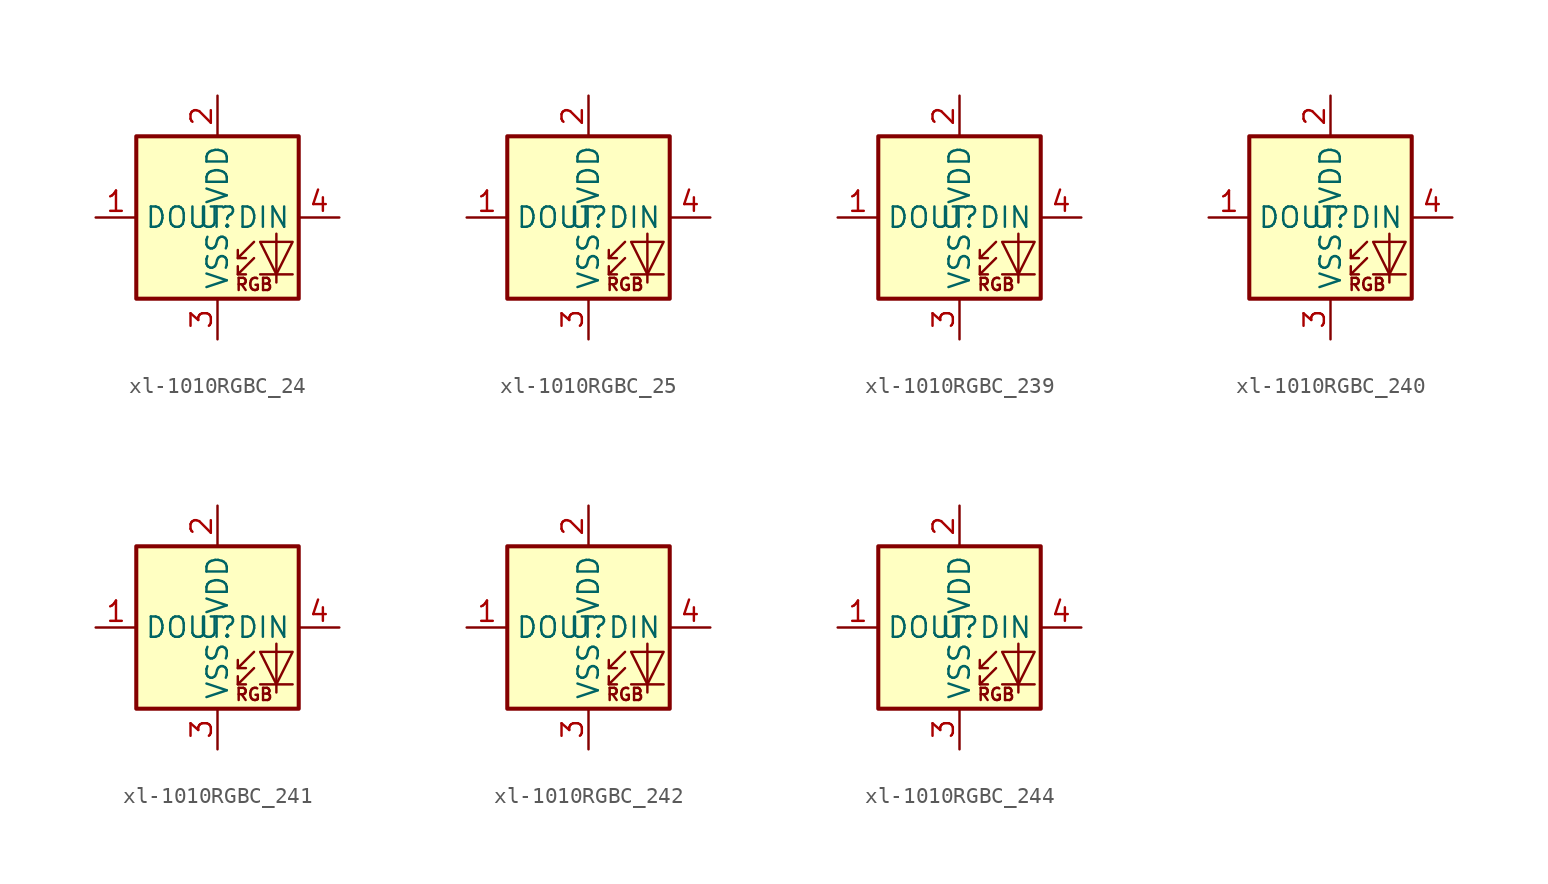
<source format=kicad_sym>
(kicad_symbol_lib
  (version 20231120)
  (generator "kicad_symbol_editor")
  (generator_version "8.0")
  (symbol "xl-1010RGBC_24"
    (property "Reference" "U"
      (at 0 0 0)
      (effects (font (size 1.27 1.27))))
    (property "Value" ""
      (at 0 0 0)
      (effects (font (size 1.27 1.27))))
    (symbol "xl-1010RGBC_24_0_0"
      (text "RGB" (at 2.286 -4.191 0) (effects (font (size 0.762 0.762)))))
    (symbol "xl-1010RGBC_24_0_1"
      (polyline (pts (xy 1.27 -3.556) (xy 1.778 -3.556)) (stroke (width 0) (type default)) (fill (type none)))
      (polyline (pts (xy 1.27 -2.54) (xy 1.778 -2.54)) (stroke (width 0) (type default)) (fill (type none)))
      (polyline (pts (xy 4.699 -3.556) (xy 2.667 -3.556)) (stroke (width 0) (type default)) (fill (type none)))
      (polyline (pts (xy 2.286 -2.54) (xy 1.27 -3.556) (xy 1.27 -3.048)) (stroke (width 0) (type default)) (fill (type none)))
      (polyline (pts (xy 2.286 -1.524) (xy 1.27 -2.54) (xy 1.27 -2.032)) (stroke (width 0) (type default)) (fill (type none)))
      (polyline (pts (xy 3.683 -1.016) (xy 3.683 -3.556) (xy 3.683 -4.064)) (stroke (width 0) (type default)) (fill (type none)))
      (polyline (pts (xy 4.699 -1.524) (xy 2.667 -1.524) (xy 3.683 -3.556) (xy 4.699 -1.524)) (stroke (width 0) (type default)) (fill (type none)))
      (rectangle (start 5.08 5.08) (end -5.08 -5.08) (stroke (width 0.254) (type default)) (fill (type background))))
    (symbol "xl-1010RGBC_24_1_1"
      (pin output line (at -7.62 0 0) (length 2.54) (name "DOUT" (effects (font (size 1.27 1.27)))) (number "1" (effects (font (size 1.27 1.27)))))
      (pin power_in line (at 0 7.62 270) (length 2.54) (name "VDD" (effects (font (size 1.27 1.27)))) (number "2" (effects (font (size 1.27 1.27)))))
      (pin power_in line (at 0 -7.62 90) (length 2.54) (name "VSS" (effects (font (size 1.27 1.27)))) (number "3" (effects (font (size 1.27 1.27)))))
      (pin input line (at 7.62 0 180) (length 2.54) (name "DIN" (effects (font (size 1.27 1.27)))) (number "4" (effects (font (size 1.27 1.27)))))))
  (symbol "xl-1010RGBC_25"
    (property "Reference" "U"
      (at 0 0 0)
      (effects (font (size 1.27 1.27))))
    (property "Value" ""
      (at 0 0 0)
      (effects (font (size 1.27 1.27))))
    (symbol "xl-1010RGBC_25_0_0"
      (text "RGB" (at 2.286 -4.191 0) (effects (font (size 0.762 0.762)))))
    (symbol "xl-1010RGBC_25_0_1"
      (polyline (pts (xy 1.27 -3.556) (xy 1.778 -3.556)) (stroke (width 0) (type default)) (fill (type none)))
      (polyline (pts (xy 1.27 -2.54) (xy 1.778 -2.54)) (stroke (width 0) (type default)) (fill (type none)))
      (polyline (pts (xy 4.699 -3.556) (xy 2.667 -3.556)) (stroke (width 0) (type default)) (fill (type none)))
      (polyline (pts (xy 2.286 -2.54) (xy 1.27 -3.556) (xy 1.27 -3.048)) (stroke (width 0) (type default)) (fill (type none)))
      (polyline (pts (xy 2.286 -1.524) (xy 1.27 -2.54) (xy 1.27 -2.032)) (stroke (width 0) (type default)) (fill (type none)))
      (polyline (pts (xy 3.683 -1.016) (xy 3.683 -3.556) (xy 3.683 -4.064)) (stroke (width 0) (type default)) (fill (type none)))
      (polyline (pts (xy 4.699 -1.524) (xy 2.667 -1.524) (xy 3.683 -3.556) (xy 4.699 -1.524)) (stroke (width 0) (type default)) (fill (type none)))
      (rectangle (start 5.08 5.08) (end -5.08 -5.08) (stroke (width 0.254) (type default)) (fill (type background))))
    (symbol "xl-1010RGBC_25_1_1"
      (pin output line (at -7.62 0 0) (length 2.54) (name "DOUT" (effects (font (size 1.27 1.27)))) (number "1" (effects (font (size 1.27 1.27)))))
      (pin power_in line (at 0 7.62 270) (length 2.54) (name "VDD" (effects (font (size 1.27 1.27)))) (number "2" (effects (font (size 1.27 1.27)))))
      (pin power_in line (at 0 -7.62 90) (length 2.54) (name "VSS" (effects (font (size 1.27 1.27)))) (number "3" (effects (font (size 1.27 1.27)))))
      (pin input line (at 7.62 0 180) (length 2.54) (name "DIN" (effects (font (size 1.27 1.27)))) (number "4" (effects (font (size 1.27 1.27)))))))
  (symbol "xl-1010RGBC_239"
    (property "Reference" "U"
      (at 0 0 0)
      (effects (font (size 1.27 1.27))))
    (property "Value" ""
      (at 0 0 0)
      (effects (font (size 1.27 1.27))))
    (symbol "xl-1010RGBC_239_0_0"
      (text "RGB" (at 2.286 -4.191 0) (effects (font (size 0.762 0.762)))))
    (symbol "xl-1010RGBC_239_0_1"
      (polyline (pts (xy 1.27 -3.556) (xy 1.778 -3.556)) (stroke (width 0) (type default)) (fill (type none)))
      (polyline (pts (xy 1.27 -2.54) (xy 1.778 -2.54)) (stroke (width 0) (type default)) (fill (type none)))
      (polyline (pts (xy 4.699 -3.556) (xy 2.667 -3.556)) (stroke (width 0) (type default)) (fill (type none)))
      (polyline (pts (xy 2.286 -2.54) (xy 1.27 -3.556) (xy 1.27 -3.048)) (stroke (width 0) (type default)) (fill (type none)))
      (polyline (pts (xy 2.286 -1.524) (xy 1.27 -2.54) (xy 1.27 -2.032)) (stroke (width 0) (type default)) (fill (type none)))
      (polyline (pts (xy 3.683 -1.016) (xy 3.683 -3.556) (xy 3.683 -4.064)) (stroke (width 0) (type default)) (fill (type none)))
      (polyline (pts (xy 4.699 -1.524) (xy 2.667 -1.524) (xy 3.683 -3.556) (xy 4.699 -1.524)) (stroke (width 0) (type default)) (fill (type none)))
      (rectangle (start 5.08 5.08) (end -5.08 -5.08) (stroke (width 0.254) (type default)) (fill (type background))))
    (symbol "xl-1010RGBC_239_1_1"
      (pin output line (at -7.62 0 0) (length 2.54) (name "DOUT" (effects (font (size 1.27 1.27)))) (number "1" (effects (font (size 1.27 1.27)))))
      (pin power_in line (at 0 7.62 270) (length 2.54) (name "VDD" (effects (font (size 1.27 1.27)))) (number "2" (effects (font (size 1.27 1.27)))))
      (pin power_in line (at 0 -7.62 90) (length 2.54) (name "VSS" (effects (font (size 1.27 1.27)))) (number "3" (effects (font (size 1.27 1.27)))))
      (pin input line (at 7.62 0 180) (length 2.54) (name "DIN" (effects (font (size 1.27 1.27)))) (number "4" (effects (font (size 1.27 1.27)))))))
  (symbol "xl-1010RGBC_240"
    (property "Reference" "U"
      (at 0 0 0)
      (effects (font (size 1.27 1.27))))
    (property "Value" ""
      (at 0 0 0)
      (effects (font (size 1.27 1.27))))
    (symbol "xl-1010RGBC_240_0_0"
      (text "RGB" (at 2.286 -4.191 0) (effects (font (size 0.762 0.762)))))
    (symbol "xl-1010RGBC_240_0_1"
      (polyline (pts (xy 1.27 -3.556) (xy 1.778 -3.556)) (stroke (width 0) (type default)) (fill (type none)))
      (polyline (pts (xy 1.27 -2.54) (xy 1.778 -2.54)) (stroke (width 0) (type default)) (fill (type none)))
      (polyline (pts (xy 4.699 -3.556) (xy 2.667 -3.556)) (stroke (width 0) (type default)) (fill (type none)))
      (polyline (pts (xy 2.286 -2.54) (xy 1.27 -3.556) (xy 1.27 -3.048)) (stroke (width 0) (type default)) (fill (type none)))
      (polyline (pts (xy 2.286 -1.524) (xy 1.27 -2.54) (xy 1.27 -2.032)) (stroke (width 0) (type default)) (fill (type none)))
      (polyline (pts (xy 3.683 -1.016) (xy 3.683 -3.556) (xy 3.683 -4.064)) (stroke (width 0) (type default)) (fill (type none)))
      (polyline (pts (xy 4.699 -1.524) (xy 2.667 -1.524) (xy 3.683 -3.556) (xy 4.699 -1.524)) (stroke (width 0) (type default)) (fill (type none)))
      (rectangle (start 5.08 5.08) (end -5.08 -5.08) (stroke (width 0.254) (type default)) (fill (type background))))
    (symbol "xl-1010RGBC_240_1_1"
      (pin output line (at -7.62 0 0) (length 2.54) (name "DOUT" (effects (font (size 1.27 1.27)))) (number "1" (effects (font (size 1.27 1.27)))))
      (pin power_in line (at 0 7.62 270) (length 2.54) (name "VDD" (effects (font (size 1.27 1.27)))) (number "2" (effects (font (size 1.27 1.27)))))
      (pin power_in line (at 0 -7.62 90) (length 2.54) (name "VSS" (effects (font (size 1.27 1.27)))) (number "3" (effects (font (size 1.27 1.27)))))
      (pin input line (at 7.62 0 180) (length 2.54) (name "DIN" (effects (font (size 1.27 1.27)))) (number "4" (effects (font (size 1.27 1.27)))))))
  (symbol "xl-1010RGBC_241"
    (property "Reference" "U"
      (at 0 0 0)
      (effects (font (size 1.27 1.27))))
    (property "Value" ""
      (at 0 0 0)
      (effects (font (size 1.27 1.27))))
    (symbol "xl-1010RGBC_241_0_0"
      (text "RGB" (at 2.286 -4.191 0) (effects (font (size 0.762 0.762)))))
    (symbol "xl-1010RGBC_241_0_1"
      (polyline (pts (xy 1.27 -3.556) (xy 1.778 -3.556)) (stroke (width 0) (type default)) (fill (type none)))
      (polyline (pts (xy 1.27 -2.54) (xy 1.778 -2.54)) (stroke (width 0) (type default)) (fill (type none)))
      (polyline (pts (xy 4.699 -3.556) (xy 2.667 -3.556)) (stroke (width 0) (type default)) (fill (type none)))
      (polyline (pts (xy 2.286 -2.54) (xy 1.27 -3.556) (xy 1.27 -3.048)) (stroke (width 0) (type default)) (fill (type none)))
      (polyline (pts (xy 2.286 -1.524) (xy 1.27 -2.54) (xy 1.27 -2.032)) (stroke (width 0) (type default)) (fill (type none)))
      (polyline (pts (xy 3.683 -1.016) (xy 3.683 -3.556) (xy 3.683 -4.064)) (stroke (width 0) (type default)) (fill (type none)))
      (polyline (pts (xy 4.699 -1.524) (xy 2.667 -1.524) (xy 3.683 -3.556) (xy 4.699 -1.524)) (stroke (width 0) (type default)) (fill (type none)))
      (rectangle (start 5.08 5.08) (end -5.08 -5.08) (stroke (width 0.254) (type default)) (fill (type background))))
    (symbol "xl-1010RGBC_241_1_1"
      (pin output line (at -7.62 0 0) (length 2.54) (name "DOUT" (effects (font (size 1.27 1.27)))) (number "1" (effects (font (size 1.27 1.27)))))
      (pin power_in line (at 0 7.62 270) (length 2.54) (name "VDD" (effects (font (size 1.27 1.27)))) (number "2" (effects (font (size 1.27 1.27)))))
      (pin power_in line (at 0 -7.62 90) (length 2.54) (name "VSS" (effects (font (size 1.27 1.27)))) (number "3" (effects (font (size 1.27 1.27)))))
      (pin input line (at 7.62 0 180) (length 2.54) (name "DIN" (effects (font (size 1.27 1.27)))) (number "4" (effects (font (size 1.27 1.27)))))))
  (symbol "xl-1010RGBC_242"
    (property "Reference" "U"
      (at 0 0 0)
      (effects (font (size 1.27 1.27))))
    (property "Value" ""
      (at 0 0 0)
      (effects (font (size 1.27 1.27))))
    (symbol "xl-1010RGBC_242_0_0"
      (text "RGB" (at 2.286 -4.191 0) (effects (font (size 0.762 0.762)))))
    (symbol "xl-1010RGBC_242_0_1"
      (polyline (pts (xy 1.27 -3.556) (xy 1.778 -3.556)) (stroke (width 0) (type default)) (fill (type none)))
      (polyline (pts (xy 1.27 -2.54) (xy 1.778 -2.54)) (stroke (width 0) (type default)) (fill (type none)))
      (polyline (pts (xy 4.699 -3.556) (xy 2.667 -3.556)) (stroke (width 0) (type default)) (fill (type none)))
      (polyline (pts (xy 2.286 -2.54) (xy 1.27 -3.556) (xy 1.27 -3.048)) (stroke (width 0) (type default)) (fill (type none)))
      (polyline (pts (xy 2.286 -1.524) (xy 1.27 -2.54) (xy 1.27 -2.032)) (stroke (width 0) (type default)) (fill (type none)))
      (polyline (pts (xy 3.683 -1.016) (xy 3.683 -3.556) (xy 3.683 -4.064)) (stroke (width 0) (type default)) (fill (type none)))
      (polyline (pts (xy 4.699 -1.524) (xy 2.667 -1.524) (xy 3.683 -3.556) (xy 4.699 -1.524)) (stroke (width 0) (type default)) (fill (type none)))
      (rectangle (start 5.08 5.08) (end -5.08 -5.08) (stroke (width 0.254) (type default)) (fill (type background))))
    (symbol "xl-1010RGBC_242_1_1"
      (pin output line (at -7.62 0 0) (length 2.54) (name "DOUT" (effects (font (size 1.27 1.27)))) (number "1" (effects (font (size 1.27 1.27)))))
      (pin power_in line (at 0 7.62 270) (length 2.54) (name "VDD" (effects (font (size 1.27 1.27)))) (number "2" (effects (font (size 1.27 1.27)))))
      (pin power_in line (at 0 -7.62 90) (length 2.54) (name "VSS" (effects (font (size 1.27 1.27)))) (number "3" (effects (font (size 1.27 1.27)))))
      (pin input line (at 7.62 0 180) (length 2.54) (name "DIN" (effects (font (size 1.27 1.27)))) (number "4" (effects (font (size 1.27 1.27)))))))
  (symbol "xl-1010RGBC_244"
    (property "Reference" "U"
      (at 0 0 0)
      (effects (font (size 1.27 1.27))))
    (property "Value" ""
      (at 0 0 0)
      (effects (font (size 1.27 1.27))))
    (symbol "xl-1010RGBC_244_0_0"
      (text "RGB" (at 2.286 -4.191 0) (effects (font (size 0.762 0.762)))))
    (symbol "xl-1010RGBC_244_0_1"
      (polyline (pts (xy 1.27 -3.556) (xy 1.778 -3.556)) (stroke (width 0) (type default)) (fill (type none)))
      (polyline (pts (xy 1.27 -2.54) (xy 1.778 -2.54)) (stroke (width 0) (type default)) (fill (type none)))
      (polyline (pts (xy 4.699 -3.556) (xy 2.667 -3.556)) (stroke (width 0) (type default)) (fill (type none)))
      (polyline (pts (xy 2.286 -2.54) (xy 1.27 -3.556) (xy 1.27 -3.048)) (stroke (width 0) (type default)) (fill (type none)))
      (polyline (pts (xy 2.286 -1.524) (xy 1.27 -2.54) (xy 1.27 -2.032)) (stroke (width 0) (type default)) (fill (type none)))
      (polyline (pts (xy 3.683 -1.016) (xy 3.683 -3.556) (xy 3.683 -4.064)) (stroke (width 0) (type default)) (fill (type none)))
      (polyline (pts (xy 4.699 -1.524) (xy 2.667 -1.524) (xy 3.683 -3.556) (xy 4.699 -1.524)) (stroke (width 0) (type default)) (fill (type none)))
      (rectangle (start 5.08 5.08) (end -5.08 -5.08) (stroke (width 0.254) (type default)) (fill (type background))))
    (symbol "xl-1010RGBC_244_1_1"
      (pin output line (at -7.62 0 0) (length 2.54) (name "DOUT" (effects (font (size 1.27 1.27)))) (number "1" (effects (font (size 1.27 1.27)))))
      (pin power_in line (at 0 7.62 270) (length 2.54) (name "VDD" (effects (font (size 1.27 1.27)))) (number "2" (effects (font (size 1.27 1.27)))))
      (pin power_in line (at 0 -7.62 90) (length 2.54) (name "VSS" (effects (font (size 1.27 1.27)))) (number "3" (effects (font (size 1.27 1.27)))))
      (pin input line (at 7.62 0 180) (length 2.54) (name "DIN" (effects (font (size 1.27 1.27)))) (number "4" (effects (font (size 1.27 1.27))))))))
</source>
